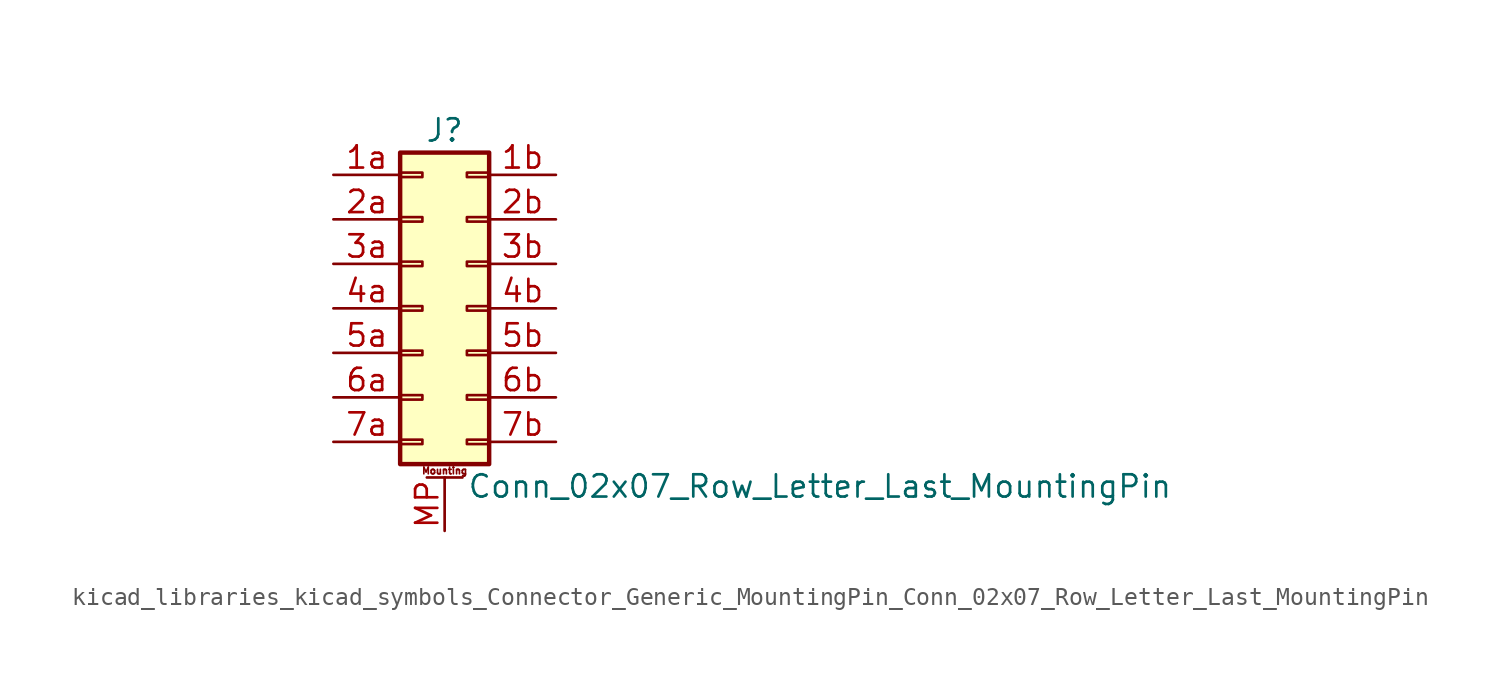
<source format=kicad_sym>
(kicad_symbol_lib
  (version 20220914)
  (generator kicad_symbol_editor)
  (symbol "kicad_libraries_kicad_symbols_Connector_Generic_MountingPin_Conn_02x07_Row_Letter_Last_MountingPin"
    (pin_names
      (offset 1.016) hide)
    (property "Reference" "J"
      (at 1.27 10.16 0)
      (effects (font (size 1.27 1.27))))
    (property "Value" "Conn_02x07_Row_Letter_Last_MountingPin"
      (at 2.54 -10.16 0)
      (effects (font (size 1.27 1.27)) (justify left)))
    (symbol "kicad_libraries_kicad_symbols_Connector_Generic_MountingPin_Conn_02x07_Row_Letter_Last_MountingPin_1_1"
      (rectangle (start -1.27 -7.493) (end 0 -7.747) (stroke (width 0.152) (type default)) (fill (type none)))
      (rectangle (start -1.27 -4.953) (end 0 -5.207) (stroke (width 0.152) (type default)) (fill (type none)))
      (rectangle (start -1.27 -2.413) (end 0 -2.667) (stroke (width 0.152) (type default)) (fill (type none)))
      (rectangle (start -1.27 0.127) (end 0 -0.127) (stroke (width 0.152) (type default)) (fill (type none)))
      (rectangle (start -1.27 2.667) (end 0 2.413) (stroke (width 0.152) (type default)) (fill (type none)))
      (rectangle (start -1.27 5.207) (end 0 4.953) (stroke (width 0.152) (type default)) (fill (type none)))
      (rectangle (start -1.27 7.747) (end 0 7.493) (stroke (width 0.152) (type default)) (fill (type none)))
      (rectangle (start -1.27 8.89) (end 3.81 -8.89) (stroke (width 0.254) (type default)) (fill (type background)))
      (polyline (pts (xy 0.254 -9.652) (xy 2.286 -9.652)) (stroke (width 0.152) (type default)) (fill (type none)))
      (rectangle (start 3.81 -7.493) (end 2.54 -7.747) (stroke (width 0.152) (type default)) (fill (type none)))
      (rectangle (start 3.81 -4.953) (end 2.54 -5.207) (stroke (width 0.152) (type default)) (fill (type none)))
      (rectangle (start 3.81 -2.413) (end 2.54 -2.667) (stroke (width 0.152) (type default)) (fill (type none)))
      (rectangle (start 3.81 0.127) (end 2.54 -0.127) (stroke (width 0.152) (type default)) (fill (type none)))
      (rectangle (start 3.81 2.667) (end 2.54 2.413) (stroke (width 0.152) (type default)) (fill (type none)))
      (rectangle (start 3.81 5.207) (end 2.54 4.953) (stroke (width 0.152) (type default)) (fill (type none)))
      (rectangle (start 3.81 7.747) (end 2.54 7.493) (stroke (width 0.152) (type default)) (fill (type none)))
      (text "Mounting" (at 1.27 -9.271 0) (effects (font (size 0.381 0.381))))
      (pin passive line (at -5.08 7.62 0) (length 3.81) (name "Pin_1a" (effects (font (size 1.27 1.27)))) (number "1a" (effects (font (size 1.27 1.27)))))
      (pin passive line (at 7.62 7.62 180) (length 3.81) (name "Pin_1b" (effects (font (size 1.27 1.27)))) (number "1b" (effects (font (size 1.27 1.27)))))
      (pin passive line (at -5.08 5.08 0) (length 3.81) (name "Pin_2a" (effects (font (size 1.27 1.27)))) (number "2a" (effects (font (size 1.27 1.27)))))
      (pin passive line (at 7.62 5.08 180) (length 3.81) (name "Pin_2b" (effects (font (size 1.27 1.27)))) (number "2b" (effects (font (size 1.27 1.27)))))
      (pin passive line (at -5.08 2.54 0) (length 3.81) (name "Pin_3a" (effects (font (size 1.27 1.27)))) (number "3a" (effects (font (size 1.27 1.27)))))
      (pin passive line (at 7.62 2.54 180) (length 3.81) (name "Pin_3b" (effects (font (size 1.27 1.27)))) (number "3b" (effects (font (size 1.27 1.27)))))
      (pin passive line (at -5.08 0 0) (length 3.81) (name "Pin_4a" (effects (font (size 1.27 1.27)))) (number "4a" (effects (font (size 1.27 1.27)))))
      (pin passive line (at 7.62 0 180) (length 3.81) (name "Pin_4b" (effects (font (size 1.27 1.27)))) (number "4b" (effects (font (size 1.27 1.27)))))
      (pin passive line (at -5.08 -2.54 0) (length 3.81) (name "Pin_5a" (effects (font (size 1.27 1.27)))) (number "5a" (effects (font (size 1.27 1.27)))))
      (pin passive line (at 7.62 -2.54 180) (length 3.81) (name "Pin_5b" (effects (font (size 1.27 1.27)))) (number "5b" (effects (font (size 1.27 1.27)))))
      (pin passive line (at -5.08 -5.08 0) (length 3.81) (name "Pin_6a" (effects (font (size 1.27 1.27)))) (number "6a" (effects (font (size 1.27 1.27)))))
      (pin passive line (at 7.62 -5.08 180) (length 3.81) (name "Pin_6b" (effects (font (size 1.27 1.27)))) (number "6b" (effects (font (size 1.27 1.27)))))
      (pin passive line (at -5.08 -7.62 0) (length 3.81) (name "Pin_7a" (effects (font (size 1.27 1.27)))) (number "7a" (effects (font (size 1.27 1.27)))))
      (pin passive line (at 7.62 -7.62 180) (length 3.81) (name "Pin_7b" (effects (font (size 1.27 1.27)))) (number "7b" (effects (font (size 1.27 1.27)))))
      (pin passive line (at 1.27 -12.7 90) (length 3.048) (name "MountPin" (effects (font (size 1.27 1.27)))) (number "MP" (effects (font (size 1.27 1.27))))))))
</source>
